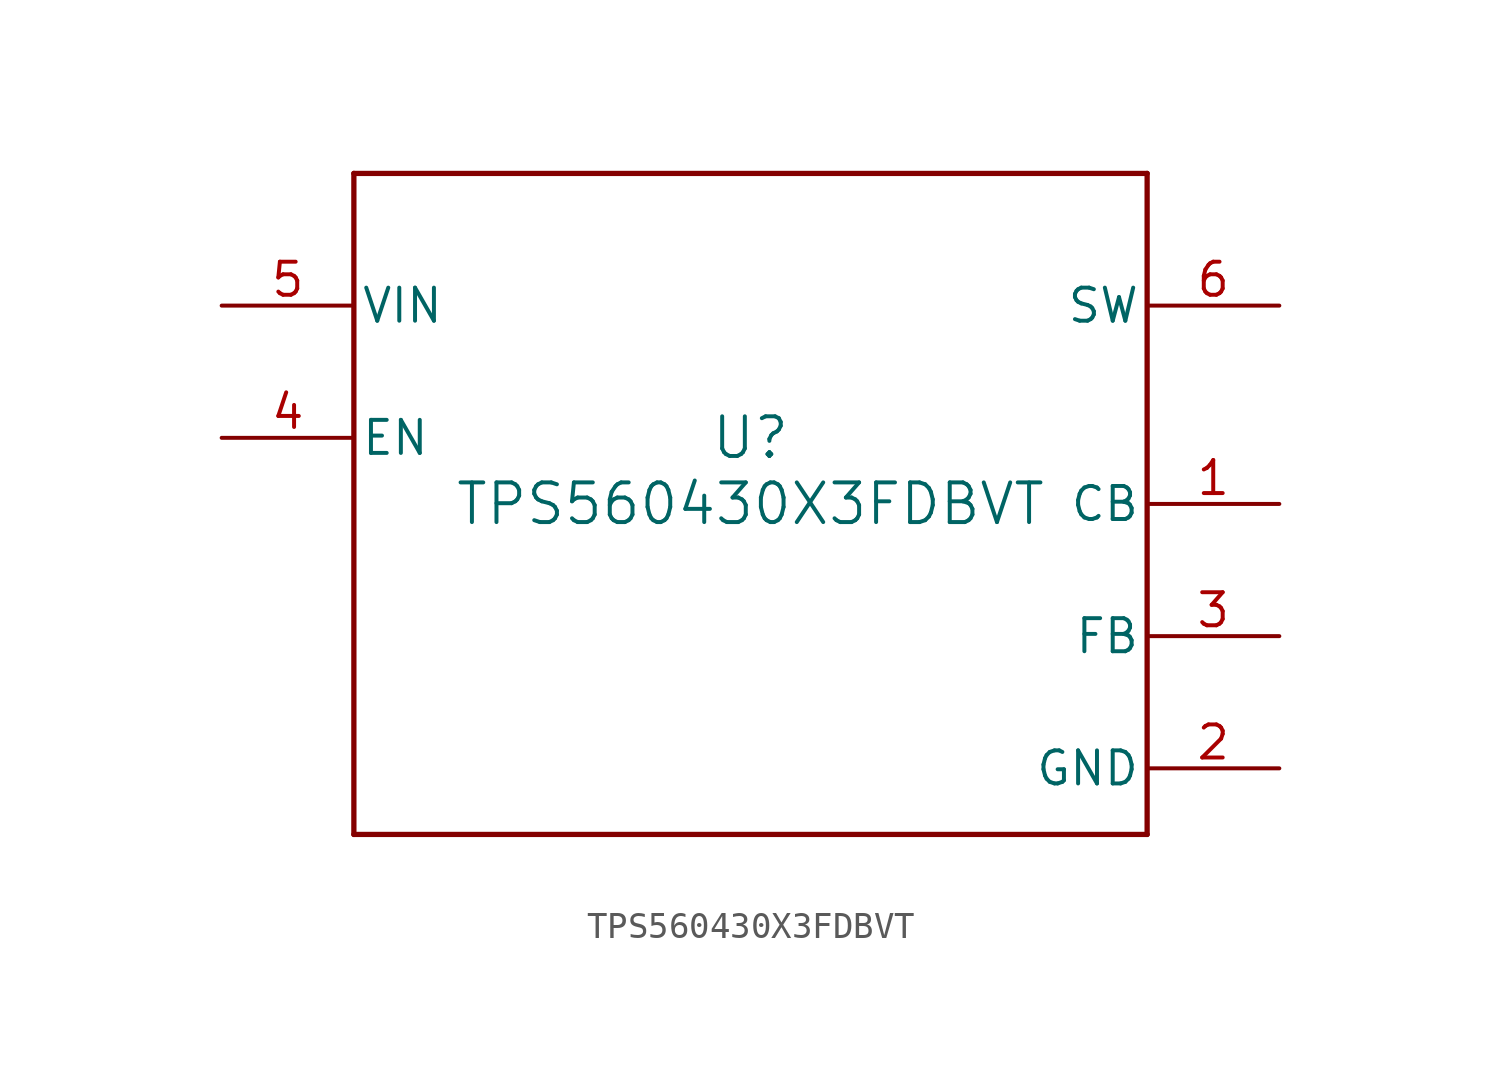
<source format=kicad_sym>
(kicad_symbol_lib
  (version 20211014)
  (generator kicad_symbol_editor)
  (symbol "TPS560430X3FDBVT"
    (pin_names
      (offset 0.254))
    (property "Reference" "U"
      (at 0 2.54 0)
      (effects (font (size 1.524 1.524))))
    (property "Value" "TPS560430X3FDBVT"
      (at 0 0 0)
      (effects (font (size 1.524 1.524))))
    (symbol "TPS560430X3FDBVT_0_1"
      (polyline (pts (xy -15.24 -12.7) (xy 15.24 -12.7)) (stroke (width 0.203) (type default) (color 0 0 0 0)) (fill (type none)))
      (polyline (pts (xy 15.24 -12.7) (xy 15.24 12.7)) (stroke (width 0.203) (type default) (color 0 0 0 0)) (fill (type none)))
      (polyline (pts (xy 15.24 12.7) (xy -15.24 12.7)) (stroke (width 0.203) (type default) (color 0 0 0 0)) (fill (type none)))
      (polyline (pts (xy -15.24 12.7) (xy -15.24 -12.7)) (stroke (width 0.203) (type default) (color 0 0 0 0)) (fill (type none)))
      (pin power_in line (at 20.32 0 180) (length 5.08) (name "CB" (effects (font (size 1.27 1.27)))) (number "1" (effects (font (size 1.27 1.27)))))
      (pin power_in line (at 20.32 -10.16 180) (length 5.08) (name "GND" (effects (font (size 1.27 1.27)))) (number "2" (effects (font (size 1.27 1.27)))))
      (pin input line (at 20.32 -5.08 180) (length 5.08) (name "FB" (effects (font (size 1.27 1.27)))) (number "3" (effects (font (size 1.27 1.27)))))
      (pin input line (at -20.32 2.54 0) (length 5.08) (name "EN" (effects (font (size 1.27 1.27)))) (number "4" (effects (font (size 1.27 1.27)))))
      (pin power_in line (at -20.32 7.62 0) (length 5.08) (name "VIN" (effects (font (size 1.27 1.27)))) (number "5" (effects (font (size 1.27 1.27)))))
      (pin power_in line (at 20.32 7.62 180) (length 5.08) (name "SW" (effects (font (size 1.27 1.27)))) (number "6" (effects (font (size 1.27 1.27))))))))
</source>
